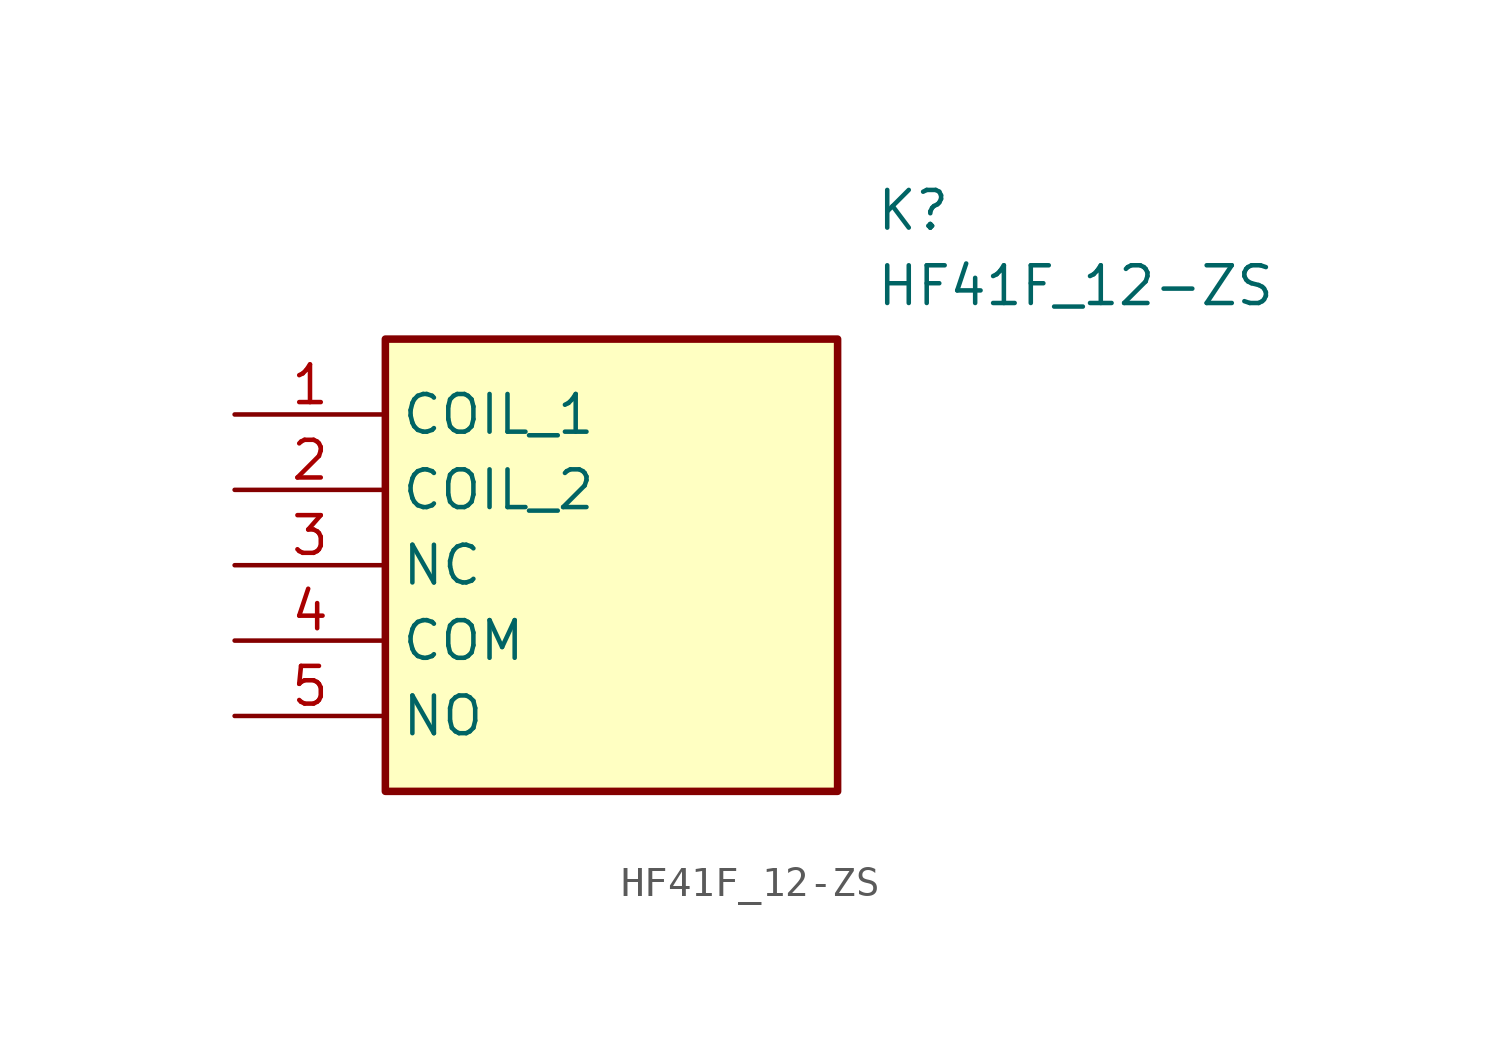
<source format=kicad_sym>
(kicad_symbol_lib
  (version 20241209)
  (generator "kicad_symbol_editor")
  (generator_version "9.0")
  (symbol "HF41F_12-ZS"
    (property "Reference" "K"
      (at 21.59 7.62 0)
      (effects (font (size 1.27 1.27)) (justify left top)))
    (property "Value" "HF41F_12-ZS"
      (at 21.59 5.08 0)
      (effects (font (size 1.27 1.27)) (justify left top)))
    (symbol "HF41F_12-ZS_1_1"
      (rectangle (start 5.08 2.54) (end 20.32 -12.7) (stroke (width 0.254) (type default)) (fill (type background)))
      (pin passive line (at 0 0 0) (length 5.08) (name "COIL_1" (effects (font (size 1.27 1.27)))) (number "1" (effects (font (size 1.27 1.27)))))
      (pin passive line (at 0 -2.54 0) (length 5.08) (name "COIL_2" (effects (font (size 1.27 1.27)))) (number "2" (effects (font (size 1.27 1.27)))))
      (pin passive line (at 0 -5.08 0) (length 5.08) (name "NC" (effects (font (size 1.27 1.27)))) (number "3" (effects (font (size 1.27 1.27)))))
      (pin passive line (at 0 -7.62 0) (length 5.08) (name "COM" (effects (font (size 1.27 1.27)))) (number "4" (effects (font (size 1.27 1.27)))))
      (pin passive line (at 0 -10.16 0) (length 5.08) (name "NO" (effects (font (size 1.27 1.27)))) (number "5" (effects (font (size 1.27 1.27))))))))
</source>
